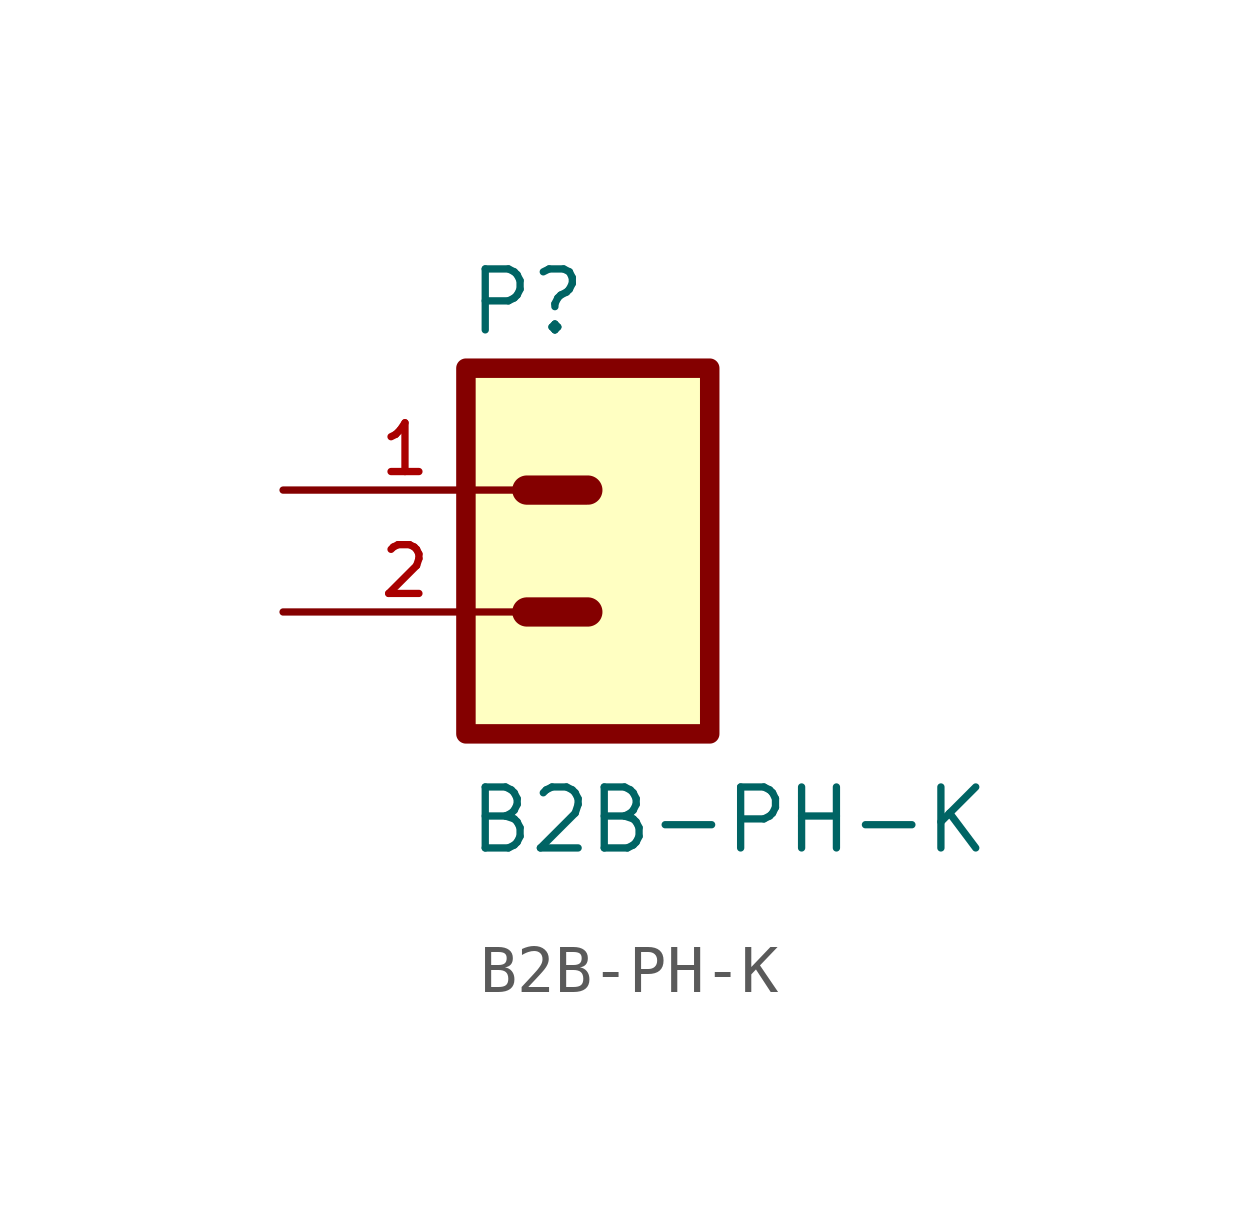
<source format=kicad_sym>
(kicad_symbol_lib
  (version 20211014)
  (generator kicad_symbol_editor)
  (symbol "B2B-PH-K"
    (pin_names
      (offset 1.016))
    (property "Reference" "P"
      (at -1.27 3.175 0)
      (effects (font (size 1.27 1.27)) (justify bottom left)))
    (property "Value" "B2B-PH-K"
      (at -1.27 -7.62 0)
      (effects (font (size 1.27 1.27)) (justify bottom left)))
    (symbol "B2B-PH-K_0_0"
      (polyline (pts (xy 1.27 0.0) (xy 0.0 0.0)) (stroke (width 0.61)))
      (polyline (pts (xy 1.27 -2.54) (xy 0.0 -2.54)) (stroke (width 0.61)))
      (rectangle (start -1.27 -5.08) (end 3.81 2.54) (stroke (width 0.406)) (fill (type background)))
      (pin passive line (at -5.08 0.0 0) (length 5.08) (name "~" (effects (font (size 1.016 1.016)))) (number "1" (effects (font (size 1.016 1.016)))))
      (pin passive line (at -5.08 -2.54 0) (length 5.08) (name "~" (effects (font (size 1.016 1.016)))) (number "2" (effects (font (size 1.016 1.016))))))))
</source>
